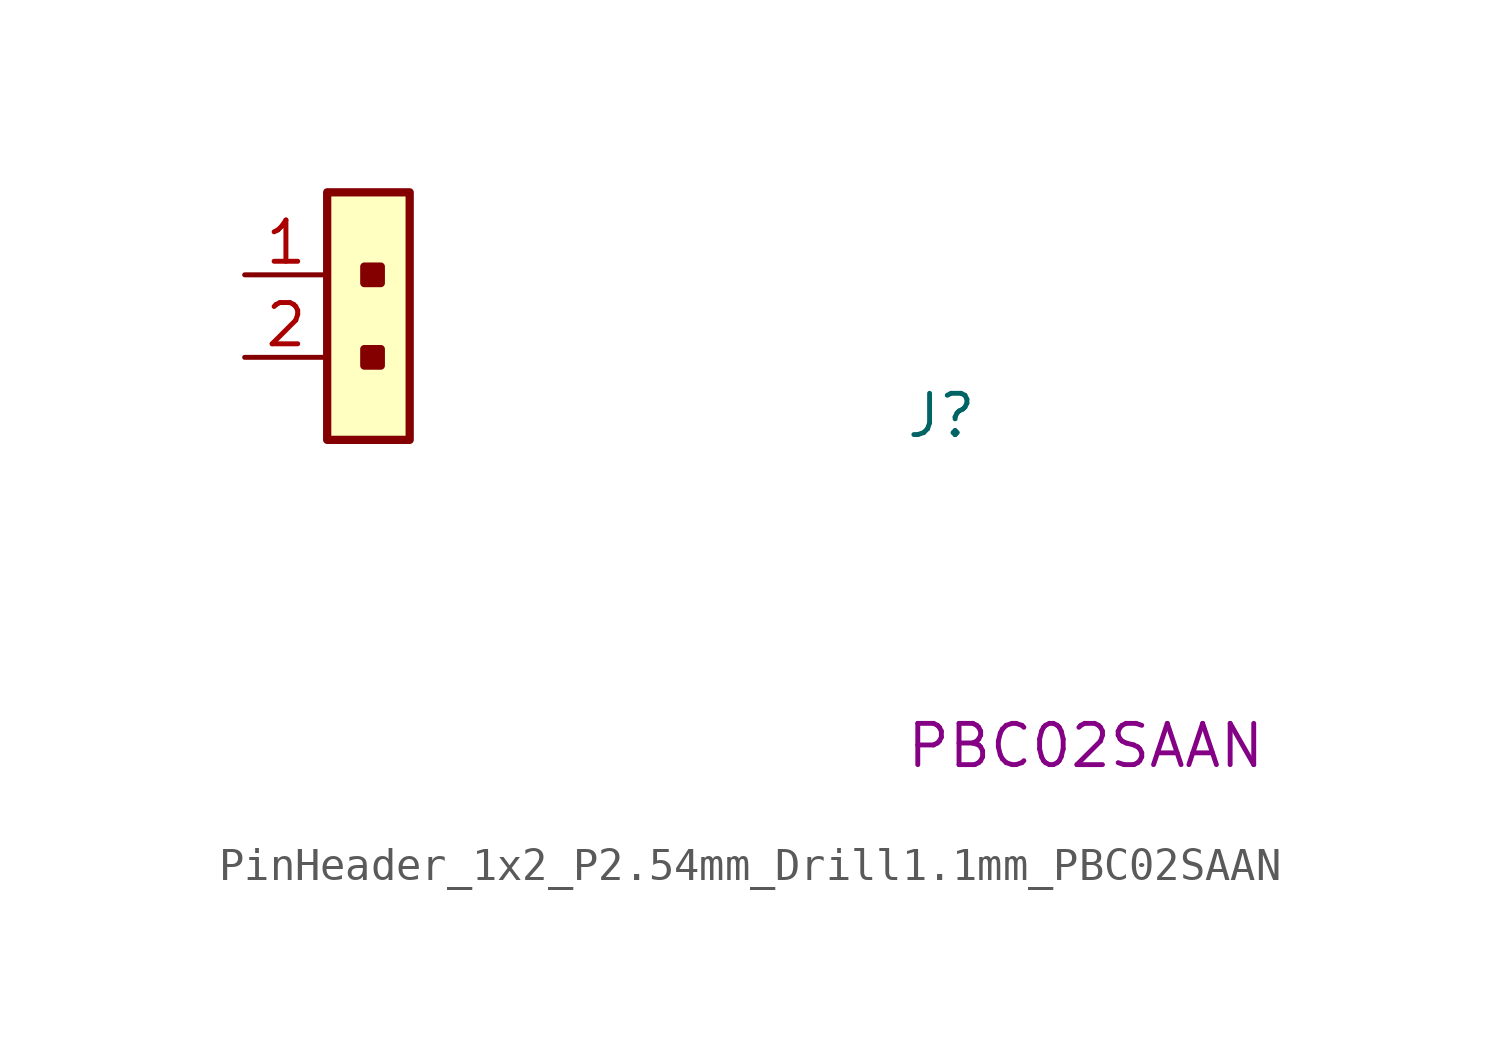
<source format=kicad_sym>
(kicad_symbol_lib
  (version 20220914)
  (generator kicad_symbol_editor)
  (symbol "PinHeader_1x2_P2.54mm_Drill1.1mm_PBC02SAAN"
    (property "Reference" "J"
      (at 20.32 -5.08 0)
      (effects (font (size 1.27 1.27) (thickness 0.15)) (justify left bottom)))
    (property "MPN" "PBC02SAAN"
      (at 20.32 -15.24 0)
      (effects (font (size 1.27 1.27) (thickness 0.15)) (justify left bottom)))
    (symbol "PinHeader_1x2_P2.54mm_Drill1.1mm_PBC02SAAN_1_1"
      (rectangle (start 2.54 2.54) (end 5.08 -5.08) (stroke (width 0.254) (type default)) (fill (type background)))
      (rectangle (start 3.683 -2.794) (end 4.191 -2.286) (stroke (width 0.254) (type default)) (fill (type outline)))
      (rectangle (start 3.683 -0.254) (end 4.191 0.254) (stroke (width 0.254) (type default)) (fill (type outline)))
      (pin passive line (at 0 0 0) (length 2.54) (name "~" (effects (font (size 1.27 1.27)))) (number "1" (effects (font (size 1.27 1.27)))))
      (pin passive line (at 0 -2.54 0) (length 2.54) (name "~" (effects (font (size 1.27 1.27)))) (number "2" (effects (font (size 1.27 1.27))))))))
</source>
